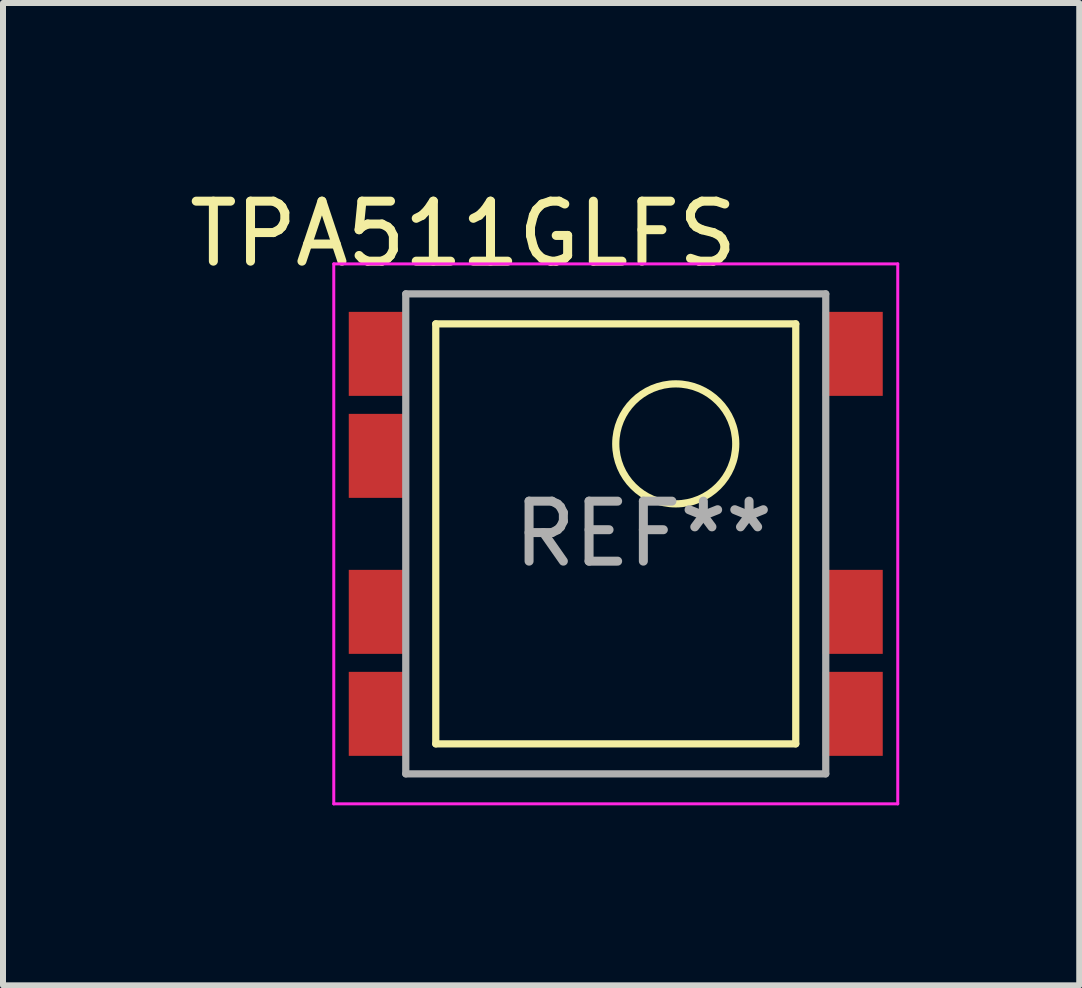
<source format=kicad_pcb>
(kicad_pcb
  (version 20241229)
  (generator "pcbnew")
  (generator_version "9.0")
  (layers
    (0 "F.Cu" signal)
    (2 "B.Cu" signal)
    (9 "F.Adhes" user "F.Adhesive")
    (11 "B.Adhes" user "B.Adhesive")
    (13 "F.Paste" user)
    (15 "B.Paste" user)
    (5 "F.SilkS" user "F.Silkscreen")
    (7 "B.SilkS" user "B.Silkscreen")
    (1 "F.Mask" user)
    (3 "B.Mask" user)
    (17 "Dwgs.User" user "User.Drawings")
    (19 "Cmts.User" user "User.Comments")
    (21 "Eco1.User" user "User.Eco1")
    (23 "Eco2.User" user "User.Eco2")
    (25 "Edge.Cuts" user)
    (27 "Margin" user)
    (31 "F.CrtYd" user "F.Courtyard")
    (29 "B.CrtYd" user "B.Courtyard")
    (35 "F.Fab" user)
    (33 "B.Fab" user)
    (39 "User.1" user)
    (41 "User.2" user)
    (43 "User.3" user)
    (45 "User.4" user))
  (footprint "TPA511GLFS"
    (layer "F.Cu")
    (at 7.213 5.848)
    (property "Reference" "TPA511GLFS" (at -2.54 -5 0) (layer "F.SilkS") (effects (font (size 1 1) (thickness 0.15))))
    (attr smd)
    (fp_line (start -3 -3.5) (end -3 3.5) (stroke (width 0.12) (type solid)) (layer "F.SilkS"))
    (fp_line (start 3 -3.5) (end -3 -3.5) (stroke (width 0.12) (type solid)) (layer "F.SilkS"))
    (fp_line (start 3 3.5) (end -3 3.5) (stroke (width 0.12) (type solid)) (layer "F.SilkS"))
    (fp_line (start 3 3.5) (end 3 -3.5) (stroke (width 0.12) (type solid)) (layer "F.SilkS"))
    (fp_circle (center 1 -1.5) (end 1 -2.5) (stroke (width 0.12) (type solid)) (fill no) (layer "F.SilkS"))
    (fp_line (start -4.7 -4.5) (end 4.7 -4.5) (stroke (width 0.05) (type solid)) (layer "F.CrtYd"))
    (fp_line (start -4.7 4.5) (end -4.7 -4.5) (stroke (width 0.05) (type solid)) (layer "F.CrtYd"))
    (fp_line (start 4.7 -4.5) (end 4.7 4.5) (stroke (width 0.05) (type solid)) (layer "F.CrtYd"))
    (fp_line (start 4.7 4.5) (end -4.7 4.5) (stroke (width 0.05) (type solid)) (layer "F.CrtYd"))
    (fp_line (start -3.5 -4) (end 3.5 -4) (stroke (width 0.12) (type solid)) (layer "F.Fab"))
    (fp_line (start -3.5 4) (end -3.5 -4) (stroke (width 0.12) (type solid)) (layer "F.Fab"))
    (fp_line (start 3.5 -4) (end 3.5 4) (stroke (width 0.12) (type solid)) (layer "F.Fab"))
    (fp_line (start 3.5 4) (end -3.5 4) (stroke (width 0.12) (type solid)) (layer "F.Fab"))
    (fp_text user "REF**" (at 0.46 0 0) (layer "F.Fab") (effects (font (size 1 1) (thickness 0.15))))
    (pad "1" smd rect (at -3.95 3 270) (size 1.4 1) (layers "F.Cu" "F.Mask" "F.Paste"))
    (pad "2" smd rect (at -3.95 1.3 270) (size 1.4 1) (layers "F.Cu" "F.Mask" "F.Paste"))
    (pad "3" smd rect (at 3.95 1.3 270) (size 1.4 1) (layers "F.Cu" "F.Mask" "F.Paste"))
    (pad "4" smd rect (at 3.95 3 270) (size 1.4 1) (layers "F.Cu" "F.Mask" "F.Paste"))
    (pad "5" smd rect (at 3.95 -3 270) (size 1.4 1) (layers "F.Cu" "F.Mask" "F.Paste"))
    (pad "6" smd rect (at -3.95 -1.3 270) (size 1.4 1) (layers "F.Cu" "F.Mask" "F.Paste"))
    (pad "7" smd rect (at -3.95 -3 270) (size 1.4 1) (layers "F.Cu" "F.Mask" "F.Paste")))
  (gr_rect
    (start -3 -3)
    (end 14.938 13.373)
    (stroke (width 0.1) (type default))
    (fill no)
    (layer "Edge.Cuts")))
</source>
